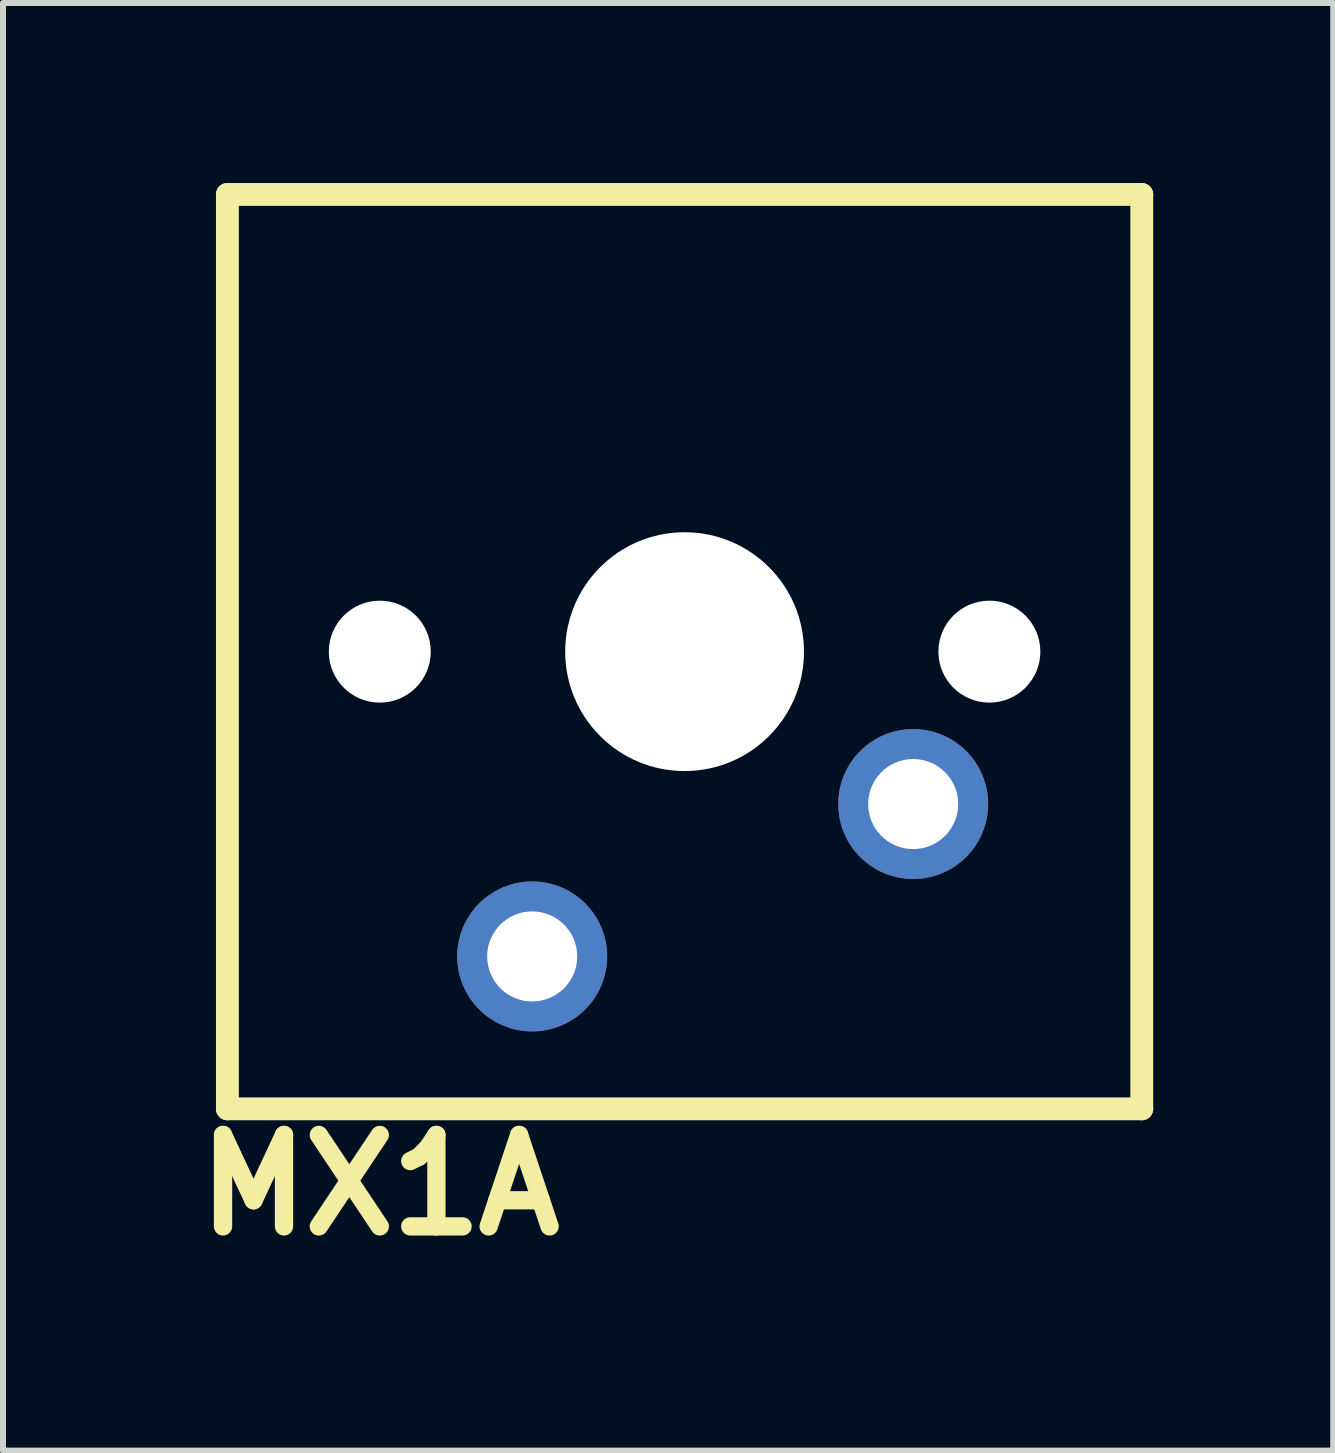
<source format=kicad_pcb>
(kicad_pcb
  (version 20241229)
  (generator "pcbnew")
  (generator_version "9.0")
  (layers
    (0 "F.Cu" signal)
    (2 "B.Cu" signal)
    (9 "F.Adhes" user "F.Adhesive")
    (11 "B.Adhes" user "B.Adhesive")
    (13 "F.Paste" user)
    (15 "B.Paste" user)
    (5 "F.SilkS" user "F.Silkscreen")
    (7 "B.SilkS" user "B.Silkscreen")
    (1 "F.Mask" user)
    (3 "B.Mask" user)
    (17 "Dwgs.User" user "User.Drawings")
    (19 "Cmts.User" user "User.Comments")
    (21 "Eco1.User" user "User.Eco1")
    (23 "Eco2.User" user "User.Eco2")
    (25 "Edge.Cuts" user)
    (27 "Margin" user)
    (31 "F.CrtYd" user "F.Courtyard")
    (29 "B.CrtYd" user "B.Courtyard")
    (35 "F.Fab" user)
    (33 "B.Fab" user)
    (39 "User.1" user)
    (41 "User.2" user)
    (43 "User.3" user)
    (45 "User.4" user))
  (footprint "MX1A"
    (layer "F.Cu")
    (at 8.36 7.811)
    (property "Reference" "MX1A" (at -5.08 8.89 0) (layer "F.SilkS") (effects (font (size 1.524 1.524) (thickness 0.305))))
    (attr through_hole)
    (fp_line (start -7.62 -7.62) (end 7.62 -7.62) (stroke (width 0.381) (type solid)) (layer "F.SilkS"))
    (fp_line (start -7.62 7.62) (end -7.62 -7.62) (stroke (width 0.381) (type solid)) (layer "F.SilkS"))
    (fp_line (start 7.62 -7.62) (end 7.62 7.62) (stroke (width 0.381) (type solid)) (layer "F.SilkS"))
    (fp_line (start 7.62 7.62) (end -7.62 7.62) (stroke (width 0.381) (type solid)) (layer "F.SilkS"))
    (pad "" np_thru_hole circle (at -5.08 0) (size 1.699 1.699) (drill 1.699) (layers "*.Cu" "*.Mask"))
    (pad "" np_thru_hole circle (at 0 0) (size 3.98 3.98) (drill 3.98) (layers "*.Cu" "*.Mask"))
    (pad "" np_thru_hole circle (at 5.08 0) (size 1.699 1.699) (drill 1.699) (layers "*.Cu" "*.Mask"))
    (pad "1" thru_hole circle (at 3.81 2.54) (size 2.499 2.499) (drill 1.501) (layers "*.Cu" "*.Mask"))
    (pad "2" thru_hole circle (at -2.54 5.08) (size 2.499 2.499) (drill 1.501) (layers "*.Cu" "*.Mask")))
  (gr_rect
    (start -3 -3)
    (end 19.171 21.127)
    (stroke (width 0.1) (type default))
    (fill no)
    (layer "Edge.Cuts")))
</source>
